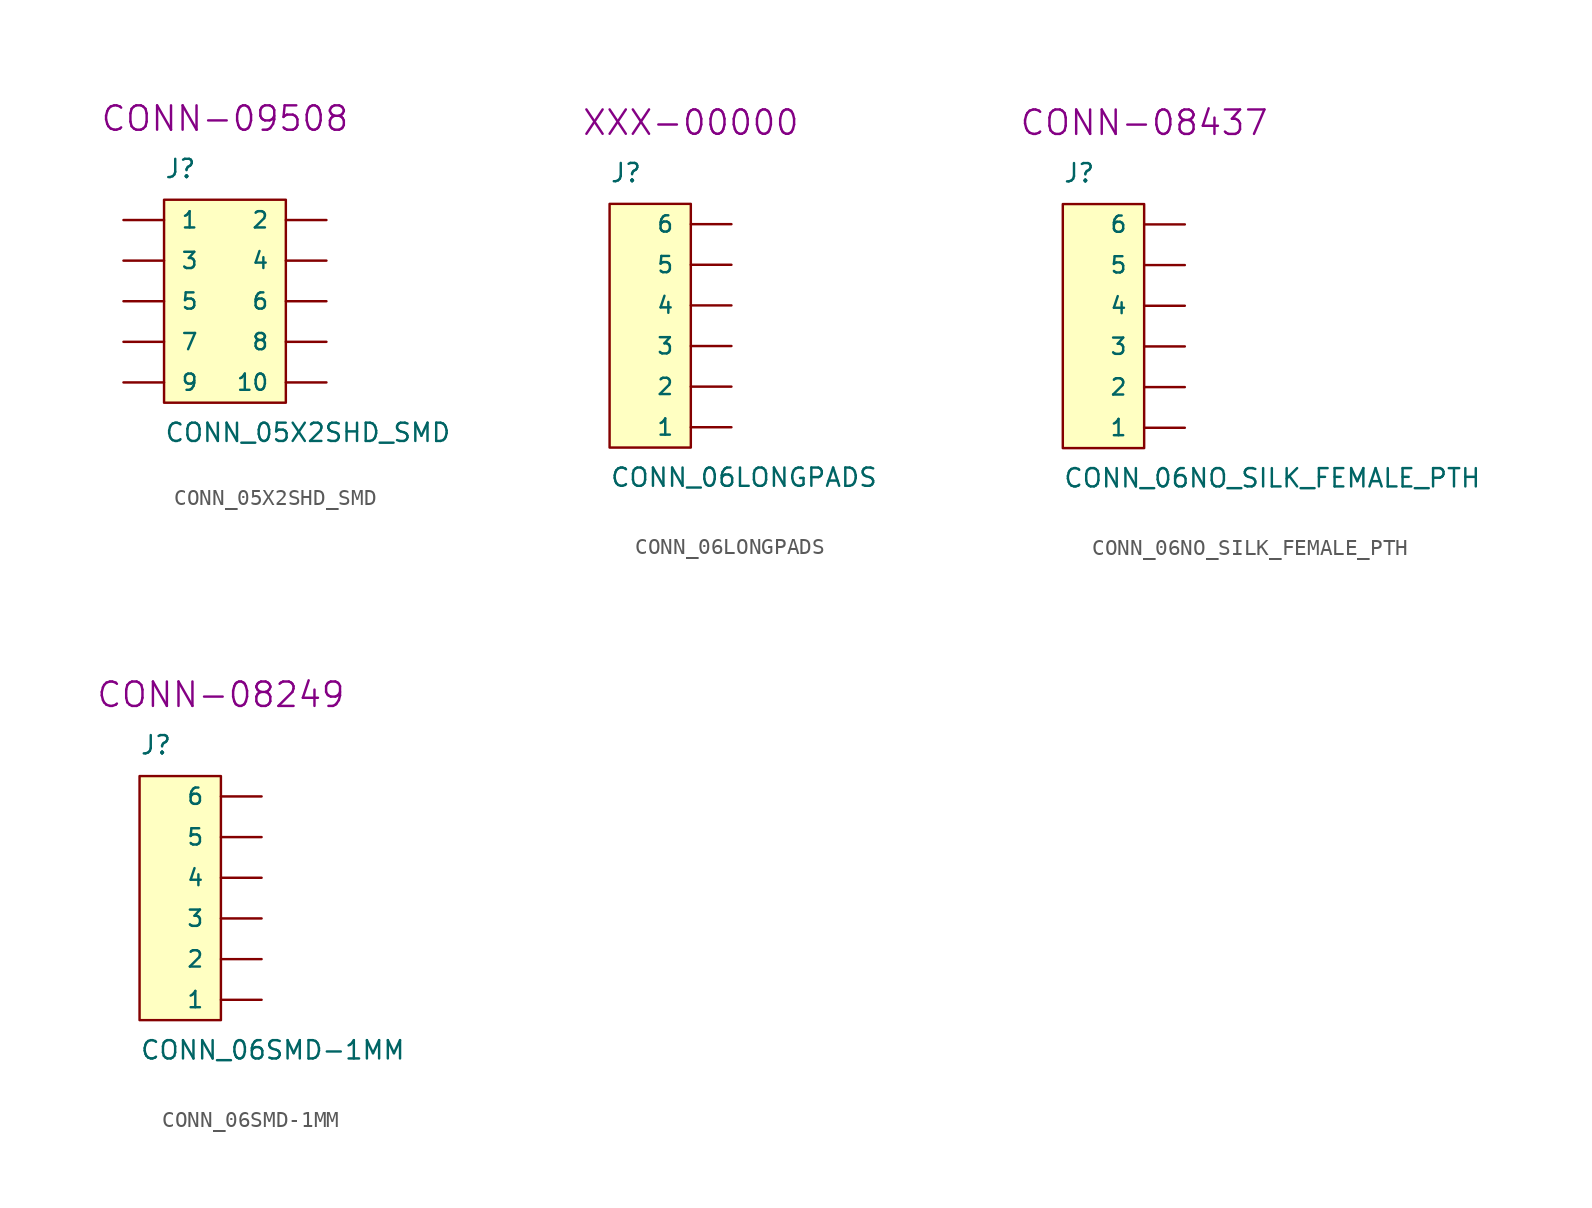
<source format=kicad_sym>
(kicad_symbol_lib
  (version 20201005)
  (generator kicad_symbol_editor)
  (symbol "CONN_05X2SHD_SMD"
    (pin_numbers hide)
    (pin_names
      (offset 1.016))
    (property "Reference" "J"
      (at -3.81 7.62 0)
      (effects (font (size 1.143 1.143)) (justify left bottom)))
    (property "Value" "CONN_05X2SHD_SMD"
      (at -3.81 -8.89 0)
      (effects (font (size 1.143 1.143)) (justify left bottom)))
    (property "Field4" "CONN-09508"
      (at 0 11.43 0)
      (effects (font (size 1.524 1.524))))
    (property "ki_locked" ""
      (at 0 0 0)
      (effects (font (size 1.27 1.27))))
    (symbol "CONN_05X2SHD_SMD_0_1"
      (rectangle (start 3.81 -6.35) (end -3.81 6.35) (stroke (width 0)) (fill (type background))))
    (symbol "CONN_05X2SHD_SMD_1_1"
      (pin passive line (at -6.35 5.08 0) (length 2.54) (name "1" (effects (font (size 1.016 1.016)))) (number "1" (effects (font (size 1.016 1.016)))))
      (pin passive line (at 6.35 5.08 180) (length 2.54) (name "2" (effects (font (size 1.016 1.016)))) (number "2" (effects (font (size 1.016 1.016)))))
      (pin passive line (at -6.35 2.54 0) (length 2.54) (name "3" (effects (font (size 1.016 1.016)))) (number "3" (effects (font (size 1.016 1.016)))))
      (pin passive line (at 6.35 2.54 180) (length 2.54) (name "4" (effects (font (size 1.016 1.016)))) (number "4" (effects (font (size 1.016 1.016)))))
      (pin passive line (at -6.35 0 0) (length 2.54) (name "5" (effects (font (size 1.016 1.016)))) (number "5" (effects (font (size 1.016 1.016)))))
      (pin passive line (at 6.35 0 180) (length 2.54) (name "6" (effects (font (size 1.016 1.016)))) (number "6" (effects (font (size 1.016 1.016)))))
      (pin passive line (at -6.35 -2.54 0) (length 2.54) (name "7" (effects (font (size 1.016 1.016)))) (number "7" (effects (font (size 1.016 1.016)))))
      (pin passive line (at 6.35 -2.54 180) (length 2.54) (name "8" (effects (font (size 1.016 1.016)))) (number "8" (effects (font (size 1.016 1.016)))))
      (pin passive line (at -6.35 -5.08 0) (length 2.54) (name "9" (effects (font (size 1.016 1.016)))) (number "9" (effects (font (size 1.016 1.016)))))
      (pin passive line (at 6.35 -5.08 180) (length 2.54) (name "10" (effects (font (size 1.016 1.016)))) (number "10" (effects (font (size 1.016 1.016)))))))
  (symbol "CONN_06LONGPADS"
    (pin_numbers hide)
    (pin_names
      (offset 1.016))
    (property "Reference" "J"
      (at -5.08 15.24 0)
      (effects (font (size 1.143 1.143)) (justify left bottom)))
    (property "Value" "CONN_06LONGPADS"
      (at -5.08 -3.81 0)
      (effects (font (size 1.143 1.143)) (justify left bottom)))
    (property "Field4" "XXX-00000"
      (at 0 19.05 0)
      (effects (font (size 1.524 1.524))))
    (property "ki_locked" ""
      (at 0 0 0)
      (effects (font (size 1.27 1.27))))
    (symbol "CONN_06LONGPADS_0_1"
      (rectangle (start 0 -1.27) (end -5.08 13.97) (stroke (width 0)) (fill (type background))))
    (symbol "CONN_06LONGPADS_1_1"
      (pin passive line (at 2.54 0 180) (length 2.54) (name "1" (effects (font (size 1.016 1.016)))) (number "1" (effects (font (size 1.016 1.016)))))
      (pin passive line (at 2.54 2.54 180) (length 2.54) (name "2" (effects (font (size 1.016 1.016)))) (number "2" (effects (font (size 1.016 1.016)))))
      (pin passive line (at 2.54 5.08 180) (length 2.54) (name "3" (effects (font (size 1.016 1.016)))) (number "3" (effects (font (size 1.016 1.016)))))
      (pin passive line (at 2.54 7.62 180) (length 2.54) (name "4" (effects (font (size 1.016 1.016)))) (number "4" (effects (font (size 1.016 1.016)))))
      (pin passive line (at 2.54 10.16 180) (length 2.54) (name "5" (effects (font (size 1.016 1.016)))) (number "5" (effects (font (size 1.016 1.016)))))
      (pin passive line (at 2.54 12.7 180) (length 2.54) (name "6" (effects (font (size 1.016 1.016)))) (number "6" (effects (font (size 1.016 1.016)))))))
  (symbol "CONN_06NO_SILK_FEMALE_PTH"
    (pin_numbers hide)
    (pin_names
      (offset 1.016))
    (property "Reference" "J"
      (at -5.08 15.24 0)
      (effects (font (size 1.143 1.143)) (justify left bottom)))
    (property "Value" "CONN_06NO_SILK_FEMALE_PTH"
      (at -5.08 -3.81 0)
      (effects (font (size 1.143 1.143)) (justify left bottom)))
    (property "Field4" "CONN-08437"
      (at 0 19.05 0)
      (effects (font (size 1.524 1.524))))
    (property "ki_locked" ""
      (at 0 0 0)
      (effects (font (size 1.27 1.27))))
    (symbol "CONN_06NO_SILK_FEMALE_PTH_0_1"
      (rectangle (start 0 -1.27) (end -5.08 13.97) (stroke (width 0)) (fill (type background))))
    (symbol "CONN_06NO_SILK_FEMALE_PTH_1_1"
      (pin passive line (at 2.54 0 180) (length 2.54) (name "1" (effects (font (size 1.016 1.016)))) (number "1" (effects (font (size 1.016 1.016)))))
      (pin passive line (at 2.54 2.54 180) (length 2.54) (name "2" (effects (font (size 1.016 1.016)))) (number "2" (effects (font (size 1.016 1.016)))))
      (pin passive line (at 2.54 5.08 180) (length 2.54) (name "3" (effects (font (size 1.016 1.016)))) (number "3" (effects (font (size 1.016 1.016)))))
      (pin passive line (at 2.54 7.62 180) (length 2.54) (name "4" (effects (font (size 1.016 1.016)))) (number "4" (effects (font (size 1.016 1.016)))))
      (pin passive line (at 2.54 10.16 180) (length 2.54) (name "5" (effects (font (size 1.016 1.016)))) (number "5" (effects (font (size 1.016 1.016)))))
      (pin passive line (at 2.54 12.7 180) (length 2.54) (name "6" (effects (font (size 1.016 1.016)))) (number "6" (effects (font (size 1.016 1.016)))))))
  (symbol "CONN_06SMD-1MM"
    (pin_numbers hide)
    (pin_names
      (offset 1.016))
    (property "Reference" "J"
      (at -5.08 15.24 0)
      (effects (font (size 1.143 1.143)) (justify left bottom)))
    (property "Value" "CONN_06SMD-1MM"
      (at -5.08 -3.81 0)
      (effects (font (size 1.143 1.143)) (justify left bottom)))
    (property "Field4" "CONN-08249"
      (at 0 19.05 0)
      (effects (font (size 1.524 1.524))))
    (property "ki_locked" ""
      (at 0 0 0)
      (effects (font (size 1.27 1.27))))
    (symbol "CONN_06SMD-1MM_0_1"
      (rectangle (start 0 -1.27) (end -5.08 13.97) (stroke (width 0)) (fill (type background))))
    (symbol "CONN_06SMD-1MM_1_1"
      (pin passive line (at 2.54 0 180) (length 2.54) (name "1" (effects (font (size 1.016 1.016)))) (number "1" (effects (font (size 1.016 1.016)))))
      (pin passive line (at 2.54 2.54 180) (length 2.54) (name "2" (effects (font (size 1.016 1.016)))) (number "2" (effects (font (size 1.016 1.016)))))
      (pin passive line (at 2.54 5.08 180) (length 2.54) (name "3" (effects (font (size 1.016 1.016)))) (number "3" (effects (font (size 1.016 1.016)))))
      (pin passive line (at 2.54 7.62 180) (length 2.54) (name "4" (effects (font (size 1.016 1.016)))) (number "4" (effects (font (size 1.016 1.016)))))
      (pin passive line (at 2.54 10.16 180) (length 2.54) (name "5" (effects (font (size 1.016 1.016)))) (number "5" (effects (font (size 1.016 1.016)))))
      (pin passive line (at 2.54 12.7 180) (length 2.54) (name "6" (effects (font (size 1.016 1.016)))) (number "6" (effects (font (size 1.016 1.016))))))))
</source>
